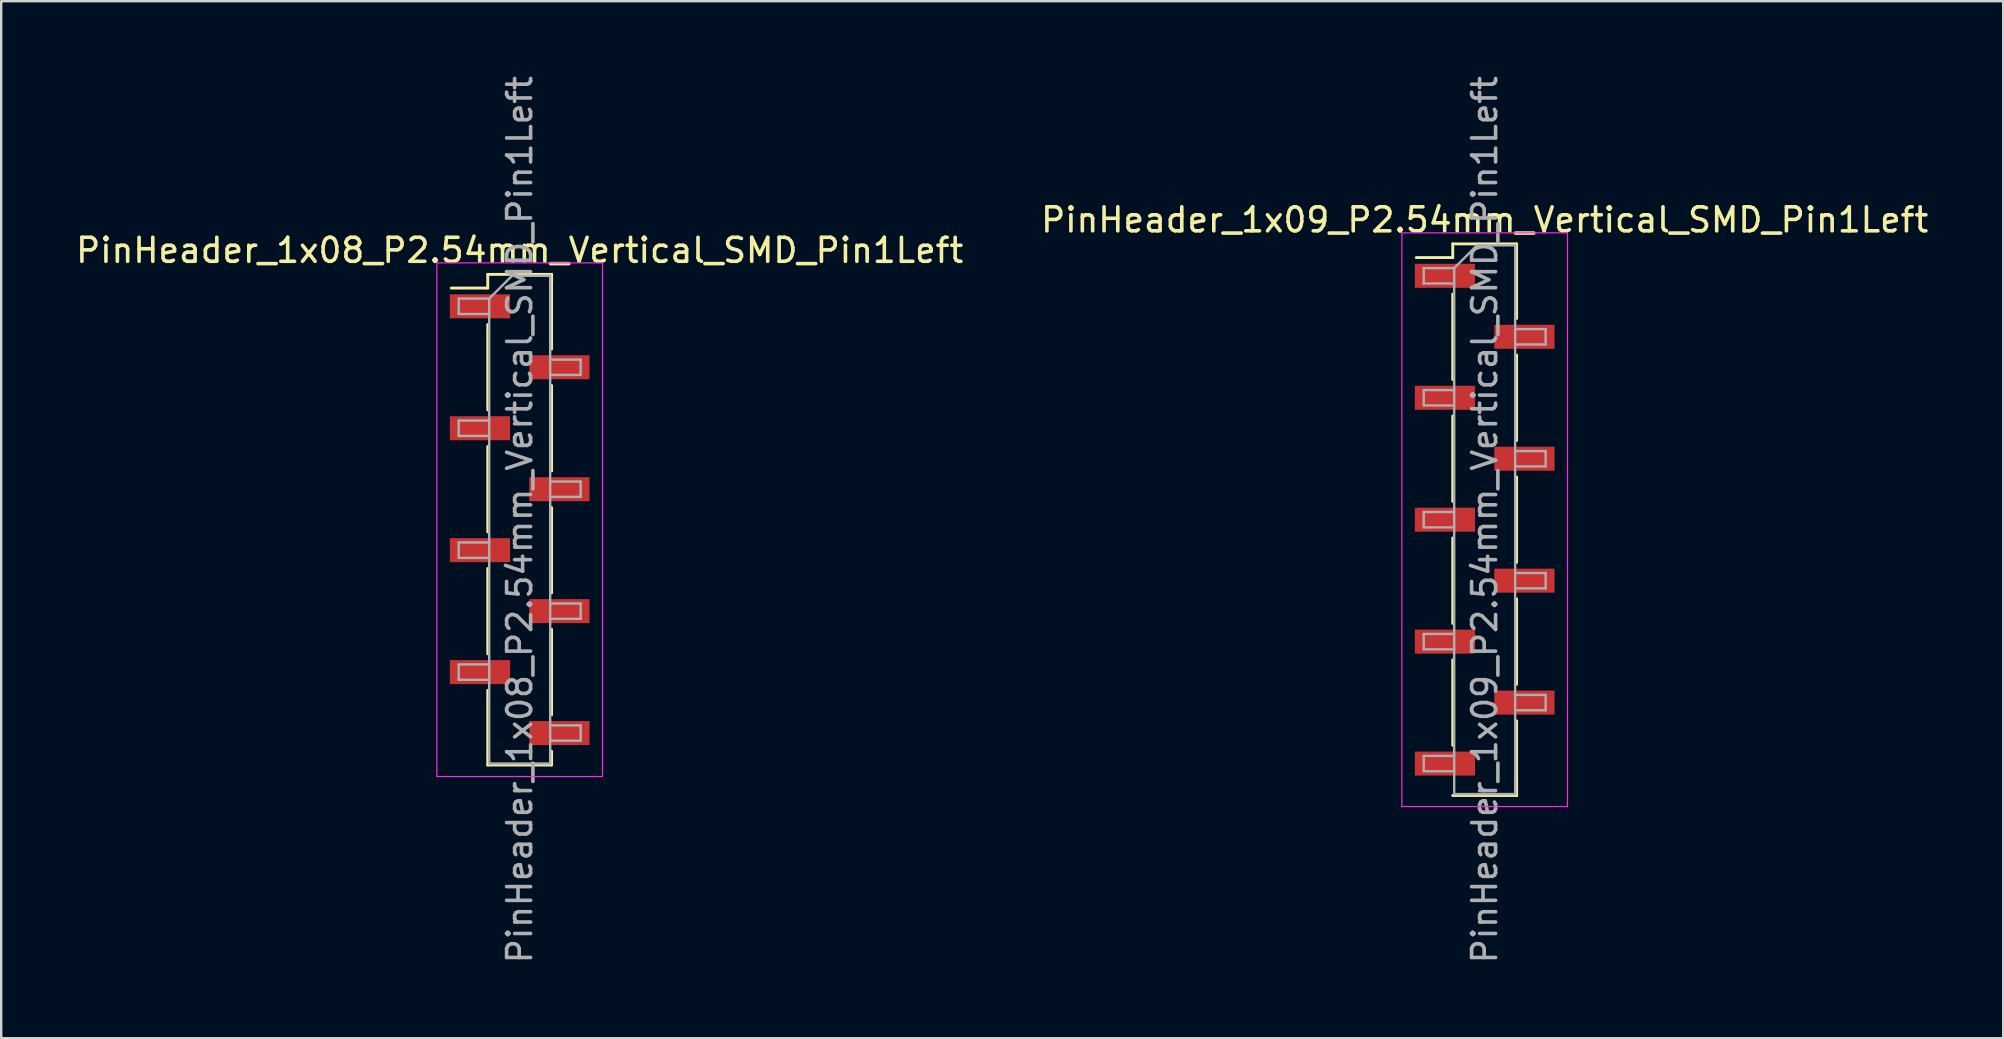
<source format=kicad_pcb>
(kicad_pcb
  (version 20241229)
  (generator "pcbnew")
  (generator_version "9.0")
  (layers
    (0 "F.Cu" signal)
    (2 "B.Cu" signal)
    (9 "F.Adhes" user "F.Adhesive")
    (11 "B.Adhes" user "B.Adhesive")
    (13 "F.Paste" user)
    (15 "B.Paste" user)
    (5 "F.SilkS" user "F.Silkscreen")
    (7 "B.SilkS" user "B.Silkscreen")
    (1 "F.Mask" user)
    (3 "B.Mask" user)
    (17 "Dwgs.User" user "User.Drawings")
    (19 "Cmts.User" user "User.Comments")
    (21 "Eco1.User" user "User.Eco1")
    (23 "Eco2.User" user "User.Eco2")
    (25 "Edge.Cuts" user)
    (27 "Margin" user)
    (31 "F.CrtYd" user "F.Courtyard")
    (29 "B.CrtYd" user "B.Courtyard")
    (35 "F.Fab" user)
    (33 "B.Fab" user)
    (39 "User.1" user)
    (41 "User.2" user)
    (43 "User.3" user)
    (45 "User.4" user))
  (footprint "PinHeader_1x09_P2.54mm_Vertical_SMD_Pin1Left"
    (layer "F.Cu")
    (at 58.804 18.601)
    (property "Reference" "PinHeader_1x09_P2.54mm_Vertical_SMD_Pin1Left" (at 0 -12.49 0) (layer "F.SilkS") (effects (font (size 1 1) (thickness 0.15))))
    (attr smd)
    (fp_line (start -1.33 -11.49) (end -1.33 -10.92) (stroke (width 0.12) (type solid)) (layer "F.SilkS"))
    (fp_line (start -1.33 -11.49) (end 1.33 -11.49) (stroke (width 0.12) (type solid)) (layer "F.SilkS"))
    (fp_line (start -1.33 -10.92) (end -2.85 -10.92) (stroke (width 0.12) (type solid)) (layer "F.SilkS"))
    (fp_line (start -1.33 -9.4) (end -1.33 -5.84) (stroke (width 0.12) (type solid)) (layer "F.SilkS"))
    (fp_line (start -1.33 -4.32) (end -1.33 -0.76) (stroke (width 0.12) (type solid)) (layer "F.SilkS"))
    (fp_line (start -1.33 0.76) (end -1.33 4.32) (stroke (width 0.12) (type solid)) (layer "F.SilkS"))
    (fp_line (start -1.33 5.84) (end -1.33 9.4) (stroke (width 0.12) (type solid)) (layer "F.SilkS"))
    (fp_line (start -1.33 11.49) (end 1.33 11.49) (stroke (width 0.12) (type solid)) (layer "F.SilkS"))
    (fp_line (start 1.33 -11.49) (end 1.33 -8.38) (stroke (width 0.12) (type solid)) (layer "F.SilkS"))
    (fp_line (start 1.33 -6.86) (end 1.33 -3.3) (stroke (width 0.12) (type solid)) (layer "F.SilkS"))
    (fp_line (start 1.33 -1.78) (end 1.33 1.78) (stroke (width 0.12) (type solid)) (layer "F.SilkS"))
    (fp_line (start 1.33 3.3) (end 1.33 6.86) (stroke (width 0.12) (type solid)) (layer "F.SilkS"))
    (fp_line (start 1.33 8.38) (end 1.33 11.49) (stroke (width 0.12) (type solid)) (layer "F.SilkS"))
    (fp_line (start 1.33 10.92) (end 1.33 11.49) (stroke (width 0.12) (type solid)) (layer "F.SilkS"))
    (fp_line (start -3.45 -11.95) (end -3.45 11.95) (stroke (width 0.05) (type solid)) (layer "F.CrtYd"))
    (fp_line (start -3.45 11.95) (end 3.45 11.95) (stroke (width 0.05) (type solid)) (layer "F.CrtYd"))
    (fp_line (start 3.45 -11.95) (end -3.45 -11.95) (stroke (width 0.05) (type solid)) (layer "F.CrtYd"))
    (fp_line (start 3.45 11.95) (end 3.45 -11.95) (stroke (width 0.05) (type solid)) (layer "F.CrtYd"))
    (fp_line (start -2.54 -10.48) (end -2.54 -9.84) (stroke (width 0.1) (type solid)) (layer "F.Fab"))
    (fp_line (start -2.54 -9.84) (end -1.27 -9.84) (stroke (width 0.1) (type solid)) (layer "F.Fab"))
    (fp_line (start -2.54 -5.4) (end -2.54 -4.76) (stroke (width 0.1) (type solid)) (layer "F.Fab"))
    (fp_line (start -2.54 -4.76) (end -1.27 -4.76) (stroke (width 0.1) (type solid)) (layer "F.Fab"))
    (fp_line (start -2.54 -0.32) (end -2.54 0.32) (stroke (width 0.1) (type solid)) (layer "F.Fab"))
    (fp_line (start -2.54 0.32) (end -1.27 0.32) (stroke (width 0.1) (type solid)) (layer "F.Fab"))
    (fp_line (start -2.54 4.76) (end -2.54 5.4) (stroke (width 0.1) (type solid)) (layer "F.Fab"))
    (fp_line (start -2.54 5.4) (end -1.27 5.4) (stroke (width 0.1) (type solid)) (layer "F.Fab"))
    (fp_line (start -2.54 9.84) (end -2.54 10.48) (stroke (width 0.1) (type solid)) (layer "F.Fab"))
    (fp_line (start -2.54 10.48) (end -1.27 10.48) (stroke (width 0.1) (type solid)) (layer "F.Fab"))
    (fp_line (start -1.27 -10.48) (end -2.54 -10.48) (stroke (width 0.1) (type solid)) (layer "F.Fab"))
    (fp_line (start -1.27 -10.48) (end -0.32 -11.43) (stroke (width 0.1) (type solid)) (layer "F.Fab"))
    (fp_line (start -1.27 -5.4) (end -2.54 -5.4) (stroke (width 0.1) (type solid)) (layer "F.Fab"))
    (fp_line (start -1.27 -0.32) (end -2.54 -0.32) (stroke (width 0.1) (type solid)) (layer "F.Fab"))
    (fp_line (start -1.27 4.76) (end -2.54 4.76) (stroke (width 0.1) (type solid)) (layer "F.Fab"))
    (fp_line (start -1.27 9.84) (end -2.54 9.84) (stroke (width 0.1) (type solid)) (layer "F.Fab"))
    (fp_line (start -1.27 11.43) (end -1.27 -10.48) (stroke (width 0.1) (type solid)) (layer "F.Fab"))
    (fp_line (start -0.32 -11.43) (end 1.27 -11.43) (stroke (width 0.1) (type solid)) (layer "F.Fab"))
    (fp_line (start 1.27 -11.43) (end 1.27 11.43) (stroke (width 0.1) (type solid)) (layer "F.Fab"))
    (fp_line (start 1.27 -7.94) (end 2.54 -7.94) (stroke (width 0.1) (type solid)) (layer "F.Fab"))
    (fp_line (start 1.27 -2.86) (end 2.54 -2.86) (stroke (width 0.1) (type solid)) (layer "F.Fab"))
    (fp_line (start 1.27 2.22) (end 2.54 2.22) (stroke (width 0.1) (type solid)) (layer "F.Fab"))
    (fp_line (start 1.27 7.3) (end 2.54 7.3) (stroke (width 0.1) (type solid)) (layer "F.Fab"))
    (fp_line (start 1.27 11.43) (end -1.27 11.43) (stroke (width 0.1) (type solid)) (layer "F.Fab"))
    (fp_line (start 2.54 -7.94) (end 2.54 -7.3) (stroke (width 0.1) (type solid)) (layer "F.Fab"))
    (fp_line (start 2.54 -7.3) (end 1.27 -7.3) (stroke (width 0.1) (type solid)) (layer "F.Fab"))
    (fp_line (start 2.54 -2.86) (end 2.54 -2.22) (stroke (width 0.1) (type solid)) (layer "F.Fab"))
    (fp_line (start 2.54 -2.22) (end 1.27 -2.22) (stroke (width 0.1) (type solid)) (layer "F.Fab"))
    (fp_line (start 2.54 2.22) (end 2.54 2.86) (stroke (width 0.1) (type solid)) (layer "F.Fab"))
    (fp_line (start 2.54 2.86) (end 1.27 2.86) (stroke (width 0.1) (type solid)) (layer "F.Fab"))
    (fp_line (start 2.54 7.3) (end 2.54 7.94) (stroke (width 0.1) (type solid)) (layer "F.Fab"))
    (fp_line (start 2.54 7.94) (end 1.27 7.94) (stroke (width 0.1) (type solid)) (layer "F.Fab"))
    (fp_text user "${REFERENCE}" (at 0 0 90) (layer "F.Fab") (effects (font (size 1 1) (thickness 0.15))))
    (pad "1" smd rect (at -1.655 -10.16) (size 2.51 1) (layers "F.Cu" "F.Mask" "F.Paste"))
    (pad "2" smd rect (at 1.655 -7.62) (size 2.51 1) (layers "F.Cu" "F.Mask" "F.Paste"))
    (pad "3" smd rect (at -1.655 -5.08) (size 2.51 1) (layers "F.Cu" "F.Mask" "F.Paste"))
    (pad "4" smd rect (at 1.655 -2.54) (size 2.51 1) (layers "F.Cu" "F.Mask" "F.Paste"))
    (pad "5" smd rect (at -1.655 0) (size 2.51 1) (layers "F.Cu" "F.Mask" "F.Paste"))
    (pad "6" smd rect (at 1.655 2.54) (size 2.51 1) (layers "F.Cu" "F.Mask" "F.Paste"))
    (pad "7" smd rect (at -1.655 5.08) (size 2.51 1) (layers "F.Cu" "F.Mask" "F.Paste"))
    (pad "8" smd rect (at 1.655 7.62) (size 2.51 1) (layers "F.Cu" "F.Mask" "F.Paste"))
    (pad "9" smd rect (at -1.655 10.16) (size 2.51 1) (layers "F.Cu" "F.Mask" "F.Paste")))
  (footprint "PinHeader_1x08_P2.54mm_Vertical_SMD_Pin1Left"
    (layer "F.Cu")
    (at 18.601 18.601)
    (property "Reference" "PinHeader_1x08_P2.54mm_Vertical_SMD_Pin1Left" (at 0 -11.22 0) (layer "F.SilkS") (effects (font (size 1 1) (thickness 0.15))))
    (attr smd)
    (fp_line (start -1.33 -10.22) (end -1.33 -9.65) (stroke (width 0.12) (type solid)) (layer "F.SilkS"))
    (fp_line (start -1.33 -10.22) (end 1.33 -10.22) (stroke (width 0.12) (type solid)) (layer "F.SilkS"))
    (fp_line (start -1.33 -9.65) (end -2.85 -9.65) (stroke (width 0.12) (type solid)) (layer "F.SilkS"))
    (fp_line (start -1.33 -8.13) (end -1.33 -4.57) (stroke (width 0.12) (type solid)) (layer "F.SilkS"))
    (fp_line (start -1.33 -3.05) (end -1.33 0.51) (stroke (width 0.12) (type solid)) (layer "F.SilkS"))
    (fp_line (start -1.33 2.03) (end -1.33 5.59) (stroke (width 0.12) (type solid)) (layer "F.SilkS"))
    (fp_line (start -1.33 7.11) (end -1.33 10.22) (stroke (width 0.12) (type solid)) (layer "F.SilkS"))
    (fp_line (start -1.33 10.22) (end 1.33 10.22) (stroke (width 0.12) (type solid)) (layer "F.SilkS"))
    (fp_line (start 1.33 -10.22) (end 1.33 -7.11) (stroke (width 0.12) (type solid)) (layer "F.SilkS"))
    (fp_line (start 1.33 -5.59) (end 1.33 -2.03) (stroke (width 0.12) (type solid)) (layer "F.SilkS"))
    (fp_line (start 1.33 -0.51) (end 1.33 3.05) (stroke (width 0.12) (type solid)) (layer "F.SilkS"))
    (fp_line (start 1.33 4.57) (end 1.33 8.13) (stroke (width 0.12) (type solid)) (layer "F.SilkS"))
    (fp_line (start 1.33 9.65) (end 1.33 10.22) (stroke (width 0.12) (type solid)) (layer "F.SilkS"))
    (fp_line (start -3.45 -10.7) (end -3.45 10.7) (stroke (width 0.05) (type solid)) (layer "F.CrtYd"))
    (fp_line (start -3.45 10.7) (end 3.45 10.7) (stroke (width 0.05) (type solid)) (layer "F.CrtYd"))
    (fp_line (start 3.45 -10.7) (end -3.45 -10.7) (stroke (width 0.05) (type solid)) (layer "F.CrtYd"))
    (fp_line (start 3.45 10.7) (end 3.45 -10.7) (stroke (width 0.05) (type solid)) (layer "F.CrtYd"))
    (fp_line (start -2.54 -9.21) (end -2.54 -8.57) (stroke (width 0.1) (type solid)) (layer "F.Fab"))
    (fp_line (start -2.54 -8.57) (end -1.27 -8.57) (stroke (width 0.1) (type solid)) (layer "F.Fab"))
    (fp_line (start -2.54 -4.13) (end -2.54 -3.49) (stroke (width 0.1) (type solid)) (layer "F.Fab"))
    (fp_line (start -2.54 -3.49) (end -1.27 -3.49) (stroke (width 0.1) (type solid)) (layer "F.Fab"))
    (fp_line (start -2.54 0.95) (end -2.54 1.59) (stroke (width 0.1) (type solid)) (layer "F.Fab"))
    (fp_line (start -2.54 1.59) (end -1.27 1.59) (stroke (width 0.1) (type solid)) (layer "F.Fab"))
    (fp_line (start -2.54 6.03) (end -2.54 6.67) (stroke (width 0.1) (type solid)) (layer "F.Fab"))
    (fp_line (start -2.54 6.67) (end -1.27 6.67) (stroke (width 0.1) (type solid)) (layer "F.Fab"))
    (fp_line (start -1.27 -9.21) (end -2.54 -9.21) (stroke (width 0.1) (type solid)) (layer "F.Fab"))
    (fp_line (start -1.27 -9.21) (end -0.32 -10.16) (stroke (width 0.1) (type solid)) (layer "F.Fab"))
    (fp_line (start -1.27 -4.13) (end -2.54 -4.13) (stroke (width 0.1) (type solid)) (layer "F.Fab"))
    (fp_line (start -1.27 0.95) (end -2.54 0.95) (stroke (width 0.1) (type solid)) (layer "F.Fab"))
    (fp_line (start -1.27 6.03) (end -2.54 6.03) (stroke (width 0.1) (type solid)) (layer "F.Fab"))
    (fp_line (start -1.27 10.16) (end -1.27 -9.21) (stroke (width 0.1) (type solid)) (layer "F.Fab"))
    (fp_line (start -0.32 -10.16) (end 1.27 -10.16) (stroke (width 0.1) (type solid)) (layer "F.Fab"))
    (fp_line (start 1.27 -10.16) (end 1.27 10.16) (stroke (width 0.1) (type solid)) (layer "F.Fab"))
    (fp_line (start 1.27 -6.67) (end 2.54 -6.67) (stroke (width 0.1) (type solid)) (layer "F.Fab"))
    (fp_line (start 1.27 -1.59) (end 2.54 -1.59) (stroke (width 0.1) (type solid)) (layer "F.Fab"))
    (fp_line (start 1.27 3.49) (end 2.54 3.49) (stroke (width 0.1) (type solid)) (layer "F.Fab"))
    (fp_line (start 1.27 8.57) (end 2.54 8.57) (stroke (width 0.1) (type solid)) (layer "F.Fab"))
    (fp_line (start 1.27 10.16) (end -1.27 10.16) (stroke (width 0.1) (type solid)) (layer "F.Fab"))
    (fp_line (start 2.54 -6.67) (end 2.54 -6.03) (stroke (width 0.1) (type solid)) (layer "F.Fab"))
    (fp_line (start 2.54 -6.03) (end 1.27 -6.03) (stroke (width 0.1) (type solid)) (layer "F.Fab"))
    (fp_line (start 2.54 -1.59) (end 2.54 -0.95) (stroke (width 0.1) (type solid)) (layer "F.Fab"))
    (fp_line (start 2.54 -0.95) (end 1.27 -0.95) (stroke (width 0.1) (type solid)) (layer "F.Fab"))
    (fp_line (start 2.54 3.49) (end 2.54 4.13) (stroke (width 0.1) (type solid)) (layer "F.Fab"))
    (fp_line (start 2.54 4.13) (end 1.27 4.13) (stroke (width 0.1) (type solid)) (layer "F.Fab"))
    (fp_line (start 2.54 8.57) (end 2.54 9.21) (stroke (width 0.1) (type solid)) (layer "F.Fab"))
    (fp_line (start 2.54 9.21) (end 1.27 9.21) (stroke (width 0.1) (type solid)) (layer "F.Fab"))
    (fp_text user "${REFERENCE}" (at 0 0 90) (layer "F.Fab") (effects (font (size 1 1) (thickness 0.15))))
    (pad "1" smd rect (at -1.655 -8.89) (size 2.51 1) (layers "F.Cu" "F.Mask" "F.Paste"))
    (pad "2" smd rect (at 1.655 -6.35) (size 2.51 1) (layers "F.Cu" "F.Mask" "F.Paste"))
    (pad "3" smd rect (at -1.655 -3.81) (size 2.51 1) (layers "F.Cu" "F.Mask" "F.Paste"))
    (pad "4" smd rect (at 1.655 -1.27) (size 2.51 1) (layers "F.Cu" "F.Mask" "F.Paste"))
    (pad "5" smd rect (at -1.655 1.27) (size 2.51 1) (layers "F.Cu" "F.Mask" "F.Paste"))
    (pad "6" smd rect (at 1.655 3.81) (size 2.51 1) (layers "F.Cu" "F.Mask" "F.Paste"))
    (pad "7" smd rect (at -1.655 6.35) (size 2.51 1) (layers "F.Cu" "F.Mask" "F.Paste"))
    (pad "8" smd rect (at 1.655 8.89) (size 2.51 1) (layers "F.Cu" "F.Mask" "F.Paste")))
  (gr_rect
    (start -3 -3)
    (end 80.405 40.202)
    (stroke (width 0.1) (type default))
    (fill no)
    (layer "Edge.Cuts")))
</source>
